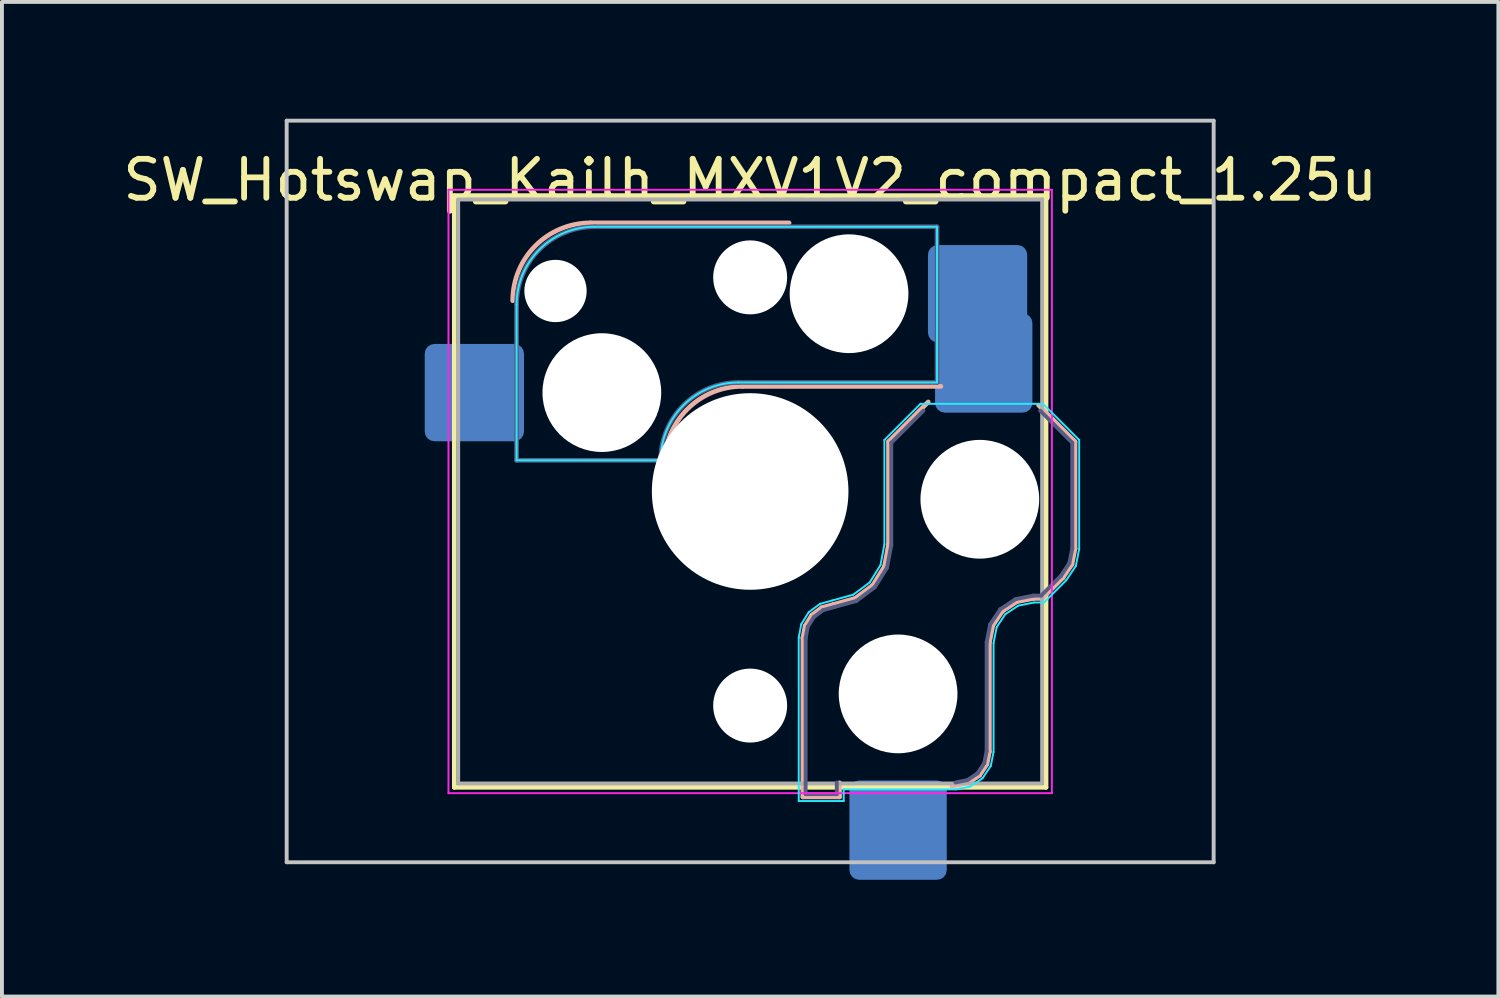
<source format=kicad_pcb>
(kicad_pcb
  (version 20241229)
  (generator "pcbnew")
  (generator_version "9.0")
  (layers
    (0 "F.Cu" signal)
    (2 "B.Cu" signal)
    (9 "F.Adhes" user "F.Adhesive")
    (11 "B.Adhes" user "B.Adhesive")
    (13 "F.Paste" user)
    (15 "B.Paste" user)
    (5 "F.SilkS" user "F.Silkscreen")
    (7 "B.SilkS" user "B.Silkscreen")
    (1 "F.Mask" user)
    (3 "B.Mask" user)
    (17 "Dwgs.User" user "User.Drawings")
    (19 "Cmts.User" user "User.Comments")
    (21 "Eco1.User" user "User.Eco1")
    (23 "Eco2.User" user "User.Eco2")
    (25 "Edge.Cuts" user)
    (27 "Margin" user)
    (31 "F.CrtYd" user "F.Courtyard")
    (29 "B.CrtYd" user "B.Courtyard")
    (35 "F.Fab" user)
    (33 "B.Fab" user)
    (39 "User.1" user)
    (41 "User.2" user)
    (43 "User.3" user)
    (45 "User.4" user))
  (footprint "SW_Hotswap_Kailh_MXV1V2_compact_1.25u"
    (layer "F.Cu")
    (at 16.22 9.575)
    (property "Reference" "SW_Hotswap_Kailh_MXV1V2_compact_1.25u" (at 0 -8 0) (layer "F.SilkS") (effects (font (size 1 1) (thickness 0.15))))
    (attr smd)
    (fp_line (start -7.6 -7.6) (end -7.6 7.6) (stroke (width 0.12) (type solid)) (layer "F.SilkS"))
    (fp_line (start -7.6 7.6) (end 7.6 7.6) (stroke (width 0.12) (type solid)) (layer "F.SilkS"))
    (fp_line (start 7.6 -7.6) (end -7.6 -7.6) (stroke (width 0.12) (type solid)) (layer "F.SilkS"))
    (fp_line (start 7.6 7.6) (end 7.6 -7.6) (stroke (width 0.12) (type solid)) (layer "F.SilkS"))
    (fp_line (start -4.1 -6.9) (end 1 -6.9) (stroke (width 0.12) (type solid)) (layer "B.SilkS"))
    (fp_line (start -0.2 -2.7) (end 4.9 -2.7) (stroke (width 0.12) (type solid)) (layer "B.SilkS"))
    (fp_line (start 1.354 3.76) (end 1.413 3.45) (stroke (width 0.12) (type solid)) (layer "B.SilkS"))
    (fp_line (start 1.354 7.846) (end 1.354 3.76) (stroke (width 0.12) (type solid)) (layer "B.SilkS"))
    (fp_line (start 1.413 3.45) (end 1.583 3.176) (stroke (width 0.12) (type solid)) (layer "B.SilkS"))
    (fp_line (start 1.583 3.176) (end 1.841 2.983) (stroke (width 0.12) (type solid)) (layer "B.SilkS"))
    (fp_line (start 1.841 2.983) (end 2.139 2.901) (stroke (width 0.12) (type solid)) (layer "B.SilkS"))
    (fp_line (start 2.139 2.901) (end 2.697 2.747) (stroke (width 0.12) (type solid)) (layer "B.SilkS"))
    (fp_line (start 2.296 7.483) (end 2.296 7.846) (stroke (width 0.12) (type solid)) (layer "B.SilkS"))
    (fp_line (start 2.296 7.846) (end 1.354 7.846) (stroke (width 0.12) (type solid)) (layer "B.SilkS"))
    (fp_line (start 2.697 2.747) (end 3.15 2.409) (stroke (width 0.12) (type solid)) (layer "B.SilkS"))
    (fp_line (start 3.15 2.409) (end 3.449 1.93) (stroke (width 0.12) (type solid)) (layer "B.SilkS"))
    (fp_line (start 3.449 1.93) (end 3.554 1.368) (stroke (width 0.12) (type solid)) (layer "B.SilkS"))
    (fp_line (start 3.554 -1.279) (end 4.575 -2.3) (stroke (width 0.12) (type solid)) (layer "B.SilkS"))
    (fp_line (start 3.554 1.368) (end 3.554 -1.279) (stroke (width 0.12) (type solid)) (layer "B.SilkS"))
    (fp_line (start 5.609 7.481) (end 5.182 7.566) (stroke (width 0.12) (type solid)) (layer "B.SilkS"))
    (fp_line (start 5.892 7.292) (end 5.609 7.481) (stroke (width 0.12) (type solid)) (layer "B.SilkS"))
    (fp_line (start 6.081 7.009) (end 5.892 7.292) (stroke (width 0.12) (type solid)) (layer "B.SilkS"))
    (fp_line (start 6.146 3.882) (end 6.146 6.682) (stroke (width 0.12) (type solid)) (layer "B.SilkS"))
    (fp_line (start 6.146 6.682) (end 6.081 7.009) (stroke (width 0.12) (type solid)) (layer "B.SilkS"))
    (fp_line (start 6.233 3.444) (end 6.146 3.882) (stroke (width 0.12) (type solid)) (layer "B.SilkS"))
    (fp_line (start 6.477 3.077) (end 6.233 3.444) (stroke (width 0.12) (type solid)) (layer "B.SilkS"))
    (fp_line (start 6.844 2.833) (end 6.477 3.077) (stroke (width 0.12) (type solid)) (layer "B.SilkS"))
    (fp_line (start 7.282 2.746) (end 6.844 2.833) (stroke (width 0.12) (type solid)) (layer "B.SilkS"))
    (fp_line (start 7.409 -2.216) (end 8.346 -1.279) (stroke (width 0.12) (type solid)) (layer "B.SilkS"))
    (fp_line (start 7.504 2.746) (end 7.282 2.746) (stroke (width 0.12) (type solid)) (layer "B.SilkS"))
    (fp_line (start 8.037 2.213) (end 7.504 2.746) (stroke (width 0.12) (type solid)) (layer "B.SilkS"))
    (fp_line (start 8.266 1.871) (end 8.037 2.213) (stroke (width 0.12) (type solid)) (layer "B.SilkS"))
    (fp_line (start 8.346 -1.279) (end 8.346 1.468) (stroke (width 0.12) (type solid)) (layer "B.SilkS"))
    (fp_line (start 8.346 1.468) (end 8.266 1.871) (stroke (width 0.12) (type solid)) (layer "B.SilkS"))
    (fp_arc (start -6.1 -4.9) (mid -5.514214 -6.314214) (end -4.1 -6.9) (stroke (width 0.12) (type solid)) (layer "B.SilkS"))
    (fp_arc (start -2.2 -0.7) (mid -1.614214 -2.114214) (end -0.2 -2.7) (stroke (width 0.12) (type solid)) (layer "B.SilkS"))
    (fp_line (start -11.906 -9.525) (end -11.906 9.525) (stroke (width 0.1) (type solid)) (layer "Dwgs.User"))
    (fp_line (start -11.906 9.525) (end 11.906 9.525) (stroke (width 0.1) (type solid)) (layer "Dwgs.User"))
    (fp_line (start 11.906 -9.525) (end -11.906 -9.525) (stroke (width 0.1) (type solid)) (layer "Dwgs.User"))
    (fp_line (start 11.906 9.525) (end 11.906 -9.525) (stroke (width 0.1) (type solid)) (layer "Dwgs.User"))
    (fp_line (start -6 -0.8) (end -6 -4.8) (stroke (width 0.05) (type solid)) (layer "B.CrtYd"))
    (fp_line (start -6 -0.8) (end -2.3 -0.8) (stroke (width 0.05) (type solid)) (layer "B.CrtYd"))
    (fp_line (start -4 -6.8) (end 4.8 -6.8) (stroke (width 0.05) (type solid)) (layer "B.CrtYd"))
    (fp_line (start -0.3 -2.8) (end 4.8 -2.8) (stroke (width 0.05) (type solid)) (layer "B.CrtYd"))
    (fp_line (start 1.248 3.75) (end 1.312 3.411) (stroke (width 0.05) (type solid)) (layer "B.CrtYd"))
    (fp_line (start 1.248 7.952) (end 1.248 3.75) (stroke (width 0.05) (type solid)) (layer "B.CrtYd"))
    (fp_line (start 1.312 3.411) (end 1.503 3.103) (stroke (width 0.05) (type solid)) (layer "B.CrtYd"))
    (fp_line (start 1.503 3.103) (end 1.794 2.887) (stroke (width 0.05) (type solid)) (layer "B.CrtYd"))
    (fp_line (start 1.794 2.887) (end 2.111 2.799) (stroke (width 0.05) (type solid)) (layer "B.CrtYd"))
    (fp_line (start 2.111 2.799) (end 2.65 2.65) (stroke (width 0.05) (type solid)) (layer "B.CrtYd"))
    (fp_line (start 2.402 7.652) (end 2.402 7.952) (stroke (width 0.05) (type solid)) (layer "B.CrtYd"))
    (fp_line (start 2.402 7.952) (end 1.248 7.952) (stroke (width 0.05) (type solid)) (layer "B.CrtYd"))
    (fp_line (start 2.65 2.65) (end 3.071 2.336) (stroke (width 0.05) (type solid)) (layer "B.CrtYd"))
    (fp_line (start 3.071 2.336) (end 3.348 1.891) (stroke (width 0.05) (type solid)) (layer "B.CrtYd"))
    (fp_line (start 3.348 1.891) (end 3.448 1.359) (stroke (width 0.05) (type solid)) (layer "B.CrtYd"))
    (fp_line (start 3.448 -1.323) (end 4.377 -2.252) (stroke (width 0.05) (type solid)) (layer "B.CrtYd"))
    (fp_line (start 3.448 1.359) (end 3.448 -1.323) (stroke (width 0.05) (type solid)) (layer "B.CrtYd"))
    (fp_line (start 4.377 -2.252) (end 7.523 -2.252) (stroke (width 0.05) (type solid)) (layer "B.CrtYd"))
    (fp_line (start 4.8 -6.8) (end 4.8 -2.8) (stroke (width 0.05) (type solid)) (layer "B.CrtYd"))
    (fp_line (start 5.292 7.652) (end 2.402 7.652) (stroke (width 0.05) (type solid)) (layer "B.CrtYd"))
    (fp_line (start 5.65 7.581) (end 5.292 7.652) (stroke (width 0.05) (type solid)) (layer "B.CrtYd"))
    (fp_line (start 5.968 7.368) (end 5.65 7.581) (stroke (width 0.05) (type solid)) (layer "B.CrtYd"))
    (fp_line (start 6.181 7.05) (end 5.968 7.368) (stroke (width 0.05) (type solid)) (layer "B.CrtYd"))
    (fp_line (start 6.252 3.892) (end 6.252 6.692) (stroke (width 0.05) (type solid)) (layer "B.CrtYd"))
    (fp_line (start 6.252 6.692) (end 6.181 7.05) (stroke (width 0.05) (type solid)) (layer "B.CrtYd"))
    (fp_line (start 6.333 3.485) (end 6.252 3.892) (stroke (width 0.05) (type solid)) (layer "B.CrtYd"))
    (fp_line (start 6.553 3.153) (end 6.333 3.485) (stroke (width 0.05) (type solid)) (layer "B.CrtYd"))
    (fp_line (start 6.885 2.933) (end 6.553 3.153) (stroke (width 0.05) (type solid)) (layer "B.CrtYd"))
    (fp_line (start 7.292 2.852) (end 6.885 2.933) (stroke (width 0.05) (type solid)) (layer "B.CrtYd"))
    (fp_line (start 7.523 -2.252) (end 8.452 -1.323) (stroke (width 0.05) (type solid)) (layer "B.CrtYd"))
    (fp_line (start 7.548 2.852) (end 7.292 2.852) (stroke (width 0.05) (type solid)) (layer "B.CrtYd"))
    (fp_line (start 8.119 2.281) (end 7.548 2.852) (stroke (width 0.05) (type solid)) (layer "B.CrtYd"))
    (fp_line (start 8.366 1.912) (end 8.119 2.281) (stroke (width 0.05) (type solid)) (layer "B.CrtYd"))
    (fp_line (start 8.452 -1.323) (end 8.452 1.478) (stroke (width 0.05) (type solid)) (layer "B.CrtYd"))
    (fp_line (start 8.452 1.478) (end 8.366 1.912) (stroke (width 0.05) (type solid)) (layer "B.CrtYd"))
    (fp_arc (start -6 -4.8) (mid -5.414214 -6.214214) (end -4 -6.8) (stroke (width 0.05) (type solid)) (layer "B.CrtYd"))
    (fp_arc (start -2.3 -0.8) (mid -1.714214 -2.214214) (end -0.3 -2.8) (stroke (width 0.05) (type solid)) (layer "B.CrtYd"))
    (fp_line (start -7.75 -7.75) (end -7.75 7.75) (stroke (width 0.05) (type solid)) (layer "F.CrtYd"))
    (fp_line (start -7.75 7.75) (end 7.75 7.75) (stroke (width 0.05) (type solid)) (layer "F.CrtYd"))
    (fp_line (start 7.75 -7.75) (end -7.75 -7.75) (stroke (width 0.05) (type solid)) (layer "F.CrtYd"))
    (fp_line (start 7.75 7.75) (end 7.75 -7.75) (stroke (width 0.05) (type solid)) (layer "F.CrtYd"))
    (fp_line (start -6 -0.8) (end -6 -4.8) (stroke (width 0.12) (type solid)) (layer "B.Fab"))
    (fp_line (start -6 -0.8) (end -2.3 -0.8) (stroke (width 0.12) (type solid)) (layer "B.Fab"))
    (fp_line (start -4 -6.8) (end 4.8 -6.8) (stroke (width 0.12) (type solid)) (layer "B.Fab"))
    (fp_line (start -0.3 -2.8) (end 4.8 -2.8) (stroke (width 0.12) (type solid)) (layer "B.Fab"))
    (fp_line (start 1.425 3.767) (end 1.48 3.476) (stroke (width 0.1) (type solid)) (layer "B.Fab"))
    (fp_line (start 1.425 7.775) (end 1.425 3.767) (stroke (width 0.1) (type solid)) (layer "B.Fab"))
    (fp_line (start 1.48 3.476) (end 1.636 3.225) (stroke (width 0.1) (type solid)) (layer "B.Fab"))
    (fp_line (start 1.636 3.225) (end 1.873 3.048) (stroke (width 0.1) (type solid)) (layer "B.Fab"))
    (fp_line (start 1.873 3.048) (end 2.158 2.969) (stroke (width 0.1) (type solid)) (layer "B.Fab"))
    (fp_line (start 2.158 2.969) (end 2.729 2.812) (stroke (width 0.1) (type solid)) (layer "B.Fab"))
    (fp_line (start 2.225 7.475) (end 2.225 7.775) (stroke (width 0.1) (type solid)) (layer "B.Fab"))
    (fp_line (start 2.225 7.775) (end 1.425 7.775) (stroke (width 0.1) (type solid)) (layer "B.Fab"))
    (fp_line (start 2.729 2.812) (end 3.203 2.458) (stroke (width 0.1) (type solid)) (layer "B.Fab"))
    (fp_line (start 3.203 2.458) (end 3.516 1.956) (stroke (width 0.1) (type solid)) (layer "B.Fab"))
    (fp_line (start 3.516 1.956) (end 3.625 1.375) (stroke (width 0.1) (type solid)) (layer "B.Fab"))
    (fp_line (start 3.625 -1.25) (end 4.45 -2.075) (stroke (width 0.1) (type solid)) (layer "B.Fab"))
    (fp_line (start 3.625 1.375) (end 3.625 -1.25) (stroke (width 0.1) (type solid)) (layer "B.Fab"))
    (fp_line (start 4.8 -6.8) (end 4.8 -2.8) (stroke (width 0.12) (type solid)) (layer "B.Fab"))
    (fp_line (start 5.581 7.414) (end 5.275 7.475) (stroke (width 0.1) (type solid)) (layer "B.Fab"))
    (fp_line (start 5.841 7.241) (end 5.581 7.414) (stroke (width 0.1) (type solid)) (layer "B.Fab"))
    (fp_line (start 6.014 6.981) (end 5.841 7.241) (stroke (width 0.1) (type solid)) (layer "B.Fab"))
    (fp_line (start 6.075 3.875) (end 6.075 6.675) (stroke (width 0.1) (type solid)) (layer "B.Fab"))
    (fp_line (start 6.075 6.675) (end 6.014 6.981) (stroke (width 0.1) (type solid)) (layer "B.Fab"))
    (fp_line (start 6.166 3.416) (end 6.075 3.875) (stroke (width 0.1) (type solid)) (layer "B.Fab"))
    (fp_line (start 6.426 3.026) (end 6.166 3.416) (stroke (width 0.1) (type solid)) (layer "B.Fab"))
    (fp_line (start 6.816 2.766) (end 6.426 3.026) (stroke (width 0.1) (type solid)) (layer "B.Fab"))
    (fp_line (start 7.275 2.675) (end 6.816 2.766) (stroke (width 0.1) (type solid)) (layer "B.Fab"))
    (fp_line (start 7.45 -2.075) (end 8.275 -1.25) (stroke (width 0.1) (type solid)) (layer "B.Fab"))
    (fp_line (start 7.475 2.675) (end 7.275 2.675) (stroke (width 0.1) (type solid)) (layer "B.Fab"))
    (fp_line (start 7.982 2.168) (end 7.475 2.675) (stroke (width 0.1) (type solid)) (layer "B.Fab"))
    (fp_line (start 8.199 1.843) (end 7.982 2.168) (stroke (width 0.1) (type solid)) (layer "B.Fab"))
    (fp_line (start 8.275 -1.25) (end 8.275 1.461) (stroke (width 0.1) (type solid)) (layer "B.Fab"))
    (fp_line (start 8.275 1.461) (end 8.199 1.843) (stroke (width 0.1) (type solid)) (layer "B.Fab"))
    (fp_arc (start -6 -4.8) (mid -5.414214 -6.214214) (end -4 -6.8) (stroke (width 0.12) (type solid)) (layer "B.Fab"))
    (fp_arc (start -2.3 -0.8) (mid -1.714214 -2.214214) (end -0.3 -2.8) (stroke (width 0.12) (type solid)) (layer "B.Fab"))
    (fp_line (start -7.5 -7.5) (end -7.5 7.5) (stroke (width 0.1) (type solid)) (layer "F.Fab"))
    (fp_line (start -7.5 7.5) (end 7.5 7.5) (stroke (width 0.1) (type solid)) (layer "F.Fab"))
    (fp_line (start 7.5 -7.5) (end -7.5 -7.5) (stroke (width 0.1) (type solid)) (layer "F.Fab"))
    (fp_line (start 7.5 7.5) (end 7.5 -7.5) (stroke (width 0.1) (type solid)) (layer "F.Fab"))
    (pad "" np_thru_hole circle (at -5 -5.15) (size 1.6 1.6) (drill 1.6) (layers "*.Cu" "*.Mask"))
    (pad "" np_thru_hole circle (at -3.81 -2.54) (size 3.05 3.05) (drill 3.05) (layers "*.Cu" "*.Mask"))
    (pad "" np_thru_hole circle (at 0 -5.5 270) (size 1.9 1.9) (drill 1.9) (layers "*.Cu" "*.Mask"))
    (pad "" np_thru_hole circle (at 0 0 270) (size 5.05 5.05) (drill 5.05) (layers "*.Cu" "*.Mask"))
    (pad "" np_thru_hole circle (at 0 5.5 270) (size 1.9 1.9) (drill 1.9) (layers "*.Cu" "*.Mask"))
    (pad "" np_thru_hole circle (at 2.54 -5.08) (size 3.05 3.05) (drill 3.05) (layers "*.Cu" "*.Mask"))
    (pad "" np_thru_hole circle (at 3.8 5.2 270) (size 3.05 3.05) (drill 3.05) (layers "*.Cu" "*.Mask"))
    (pad "" np_thru_hole circle (at 5.9 0.2 270) (size 3.05 3.05) (drill 3.05) (layers "*.Cu" "*.Mask"))
    (pad "1" smd roundrect (at 5.842 -5.08) (size 2.55 2.5) (layers "B.Cu" "B.Mask" "B.Paste") (roundrect_rratio 0.1))
    (pad "1" smd roundrect (at 6 -3.3 270) (size 2.55 2.5) (layers "B.Cu" "B.Mask" "B.Paste") (roundrect_rratio 0.1))
    (pad "2" smd roundrect (at -7.085 -2.54) (size 2.55 2.5) (layers "B.Cu" "B.Mask" "B.Paste") (roundrect_rratio 0.1))
    (pad "2" smd roundrect (at 3.8 8.7 270) (size 2.55 2.5) (layers "B.Cu" "B.Mask" "B.Paste") (roundrect_rratio 0.1)))
  (gr_rect
    (start -3 -3)
    (end 35.44 22.55)
    (stroke (width 0.1) (type default))
    (fill no)
    (layer "Edge.Cuts")))
</source>
